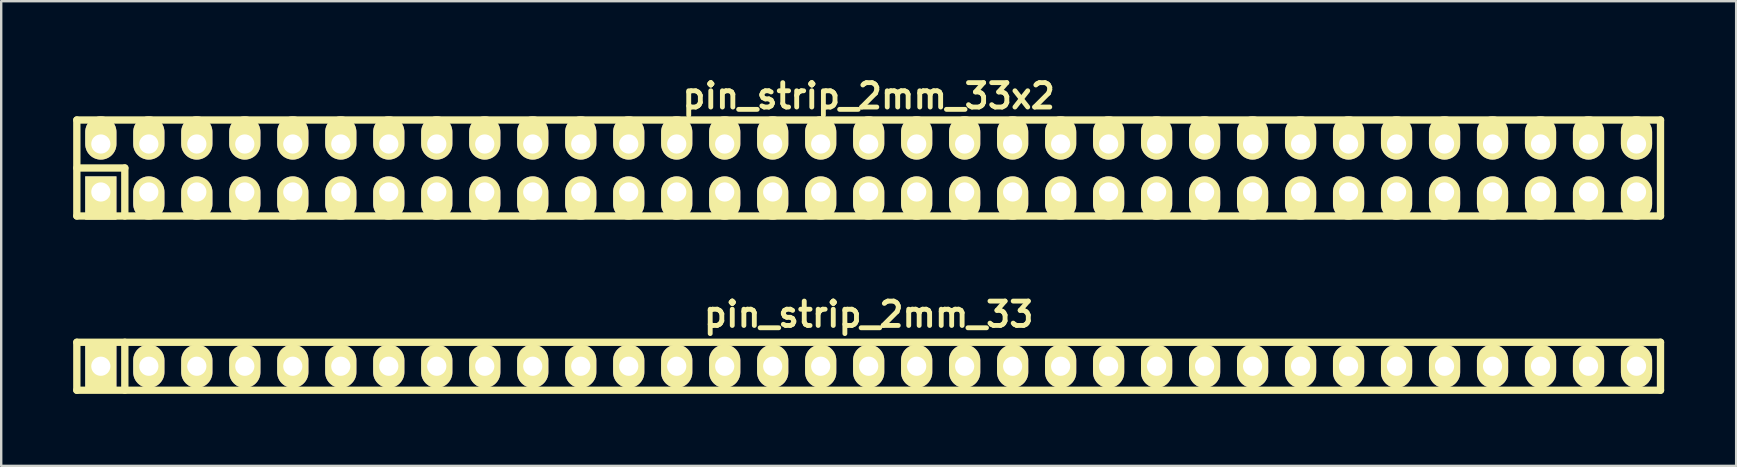
<source format=kicad_pcb>
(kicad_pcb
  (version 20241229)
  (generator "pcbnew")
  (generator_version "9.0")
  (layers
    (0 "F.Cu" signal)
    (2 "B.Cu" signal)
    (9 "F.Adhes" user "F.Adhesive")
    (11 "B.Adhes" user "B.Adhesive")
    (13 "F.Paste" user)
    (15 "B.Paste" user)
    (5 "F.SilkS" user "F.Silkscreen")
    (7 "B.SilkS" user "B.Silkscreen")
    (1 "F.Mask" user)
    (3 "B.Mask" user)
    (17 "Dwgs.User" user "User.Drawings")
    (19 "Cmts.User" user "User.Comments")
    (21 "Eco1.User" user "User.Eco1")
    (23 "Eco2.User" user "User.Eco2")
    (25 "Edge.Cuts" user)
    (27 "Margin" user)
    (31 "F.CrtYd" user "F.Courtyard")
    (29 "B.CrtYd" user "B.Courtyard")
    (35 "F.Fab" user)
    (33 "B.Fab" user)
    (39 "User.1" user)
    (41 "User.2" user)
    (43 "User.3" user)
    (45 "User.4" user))
  (footprint "pin_strip_2mm_33x2"
    (layer "F.Cu")
    (at 33.152 3.951)
    (property "Reference" "pin_strip_2mm_33x2" (at 0 -3 0) (layer "F.SilkS") (effects (font (size 1.016 1.016) (thickness 0.203))))
    (attr through_hole)
    (fp_line (start -33 -2) (end 33 -2) (stroke (width 0.305) (type solid)) (layer "F.SilkS"))
    (fp_line (start -33 0) (end -31 0) (stroke (width 0.305) (type solid)) (layer "F.SilkS"))
    (fp_line (start -33 2) (end -33 -2) (stroke (width 0.305) (type solid)) (layer "F.SilkS"))
    (fp_line (start -31 0) (end -31 2) (stroke (width 0.305) (type solid)) (layer "F.SilkS"))
    (fp_line (start 33 -2) (end 33 2) (stroke (width 0.305) (type solid)) (layer "F.SilkS"))
    (fp_line (start 33 2) (end -33 2) (stroke (width 0.305) (type solid)) (layer "F.SilkS"))
    (pad "1" thru_hole rect (at -32 1) (size 1.3 1.8) (drill 0.8 (offset 0 0.25)) (layers "*.Cu" "*.Mask" "F.SilkS"))
    (pad "2" thru_hole oval (at -32 -1) (size 1.3 1.8) (drill 0.8 (offset 0 -0.25)) (layers "*.Cu" "*.Mask" "F.SilkS"))
    (pad "3" thru_hole oval (at -30 1) (size 1.3 1.8) (drill 0.8 (offset 0 0.25)) (layers "*.Cu" "*.Mask" "F.SilkS"))
    (pad "4" thru_hole oval (at -30 -1) (size 1.3 1.8) (drill 0.8 (offset 0 -0.25)) (layers "*.Cu" "*.Mask" "F.SilkS"))
    (pad "5" thru_hole oval (at -28 1) (size 1.3 1.8) (drill 0.8 (offset 0 0.25)) (layers "*.Cu" "*.Mask" "F.SilkS"))
    (pad "6" thru_hole oval (at -28 -1) (size 1.3 1.8) (drill 0.8 (offset 0 -0.25)) (layers "*.Cu" "*.Mask" "F.SilkS"))
    (pad "7" thru_hole oval (at -26 1) (size 1.3 1.8) (drill 0.8 (offset 0 0.25)) (layers "*.Cu" "*.Mask" "F.SilkS"))
    (pad "8" thru_hole oval (at -26 -1) (size 1.3 1.8) (drill 0.8 (offset 0 -0.25)) (layers "*.Cu" "*.Mask" "F.SilkS"))
    (pad "9" thru_hole oval (at -24 1) (size 1.3 1.8) (drill 0.8 (offset 0 0.25)) (layers "*.Cu" "*.Mask" "F.SilkS"))
    (pad "10" thru_hole oval (at -24 -1) (size 1.3 1.8) (drill 0.8 (offset 0 -0.25)) (layers "*.Cu" "*.Mask" "F.SilkS"))
    (pad "11" thru_hole oval (at -22 1) (size 1.3 1.8) (drill 0.8 (offset 0 0.25)) (layers "*.Cu" "*.Mask" "F.SilkS"))
    (pad "12" thru_hole oval (at -22 -1) (size 1.3 1.8) (drill 0.8 (offset 0 -0.25)) (layers "*.Cu" "*.Mask" "F.SilkS"))
    (pad "13" thru_hole oval (at -20 1) (size 1.3 1.8) (drill 0.8 (offset 0 0.25)) (layers "*.Cu" "*.Mask" "F.SilkS"))
    (pad "14" thru_hole oval (at -20 -1) (size 1.3 1.8) (drill 0.8 (offset 0 -0.25)) (layers "*.Cu" "*.Mask" "F.SilkS"))
    (pad "15" thru_hole oval (at -18 1) (size 1.3 1.8) (drill 0.8 (offset 0 0.25)) (layers "*.Cu" "*.Mask" "F.SilkS"))
    (pad "16" thru_hole oval (at -18 -1) (size 1.3 1.8) (drill 0.8 (offset 0 -0.25)) (layers "*.Cu" "*.Mask" "F.SilkS"))
    (pad "17" thru_hole oval (at -16 1) (size 1.3 1.8) (drill 0.8 (offset 0 0.25)) (layers "*.Cu" "*.Mask" "F.SilkS"))
    (pad "18" thru_hole oval (at -16 -1) (size 1.3 1.8) (drill 0.8 (offset 0 -0.25)) (layers "*.Cu" "*.Mask" "F.SilkS"))
    (pad "19" thru_hole oval (at -14 1) (size 1.3 1.8) (drill 0.8 (offset 0 0.25)) (layers "*.Cu" "*.Mask" "F.SilkS"))
    (pad "20" thru_hole oval (at -14 -1) (size 1.3 1.8) (drill 0.8 (offset 0 -0.25)) (layers "*.Cu" "*.Mask" "F.SilkS"))
    (pad "21" thru_hole oval (at -12 1) (size 1.3 1.8) (drill 0.8 (offset 0 0.25)) (layers "*.Cu" "*.Mask" "F.SilkS"))
    (pad "22" thru_hole oval (at -12 -1) (size 1.3 1.8) (drill 0.8 (offset 0 -0.25)) (layers "*.Cu" "*.Mask" "F.SilkS"))
    (pad "23" thru_hole oval (at -10 1) (size 1.3 1.8) (drill 0.8 (offset 0 0.25)) (layers "*.Cu" "*.Mask" "F.SilkS"))
    (pad "24" thru_hole oval (at -10 -1) (size 1.3 1.8) (drill 0.8 (offset 0 -0.25)) (layers "*.Cu" "*.Mask" "F.SilkS"))
    (pad "25" thru_hole oval (at -8 1) (size 1.3 1.8) (drill 0.8 (offset 0 0.25)) (layers "*.Cu" "*.Mask" "F.SilkS"))
    (pad "26" thru_hole oval (at -8 -1) (size 1.3 1.8) (drill 0.8 (offset 0 -0.25)) (layers "*.Cu" "*.Mask" "F.SilkS"))
    (pad "27" thru_hole oval (at -6 1) (size 1.3 1.8) (drill 0.8 (offset 0 0.25)) (layers "*.Cu" "*.Mask" "F.SilkS"))
    (pad "28" thru_hole oval (at -6 -1) (size 1.3 1.8) (drill 0.8 (offset 0 -0.25)) (layers "*.Cu" "*.Mask" "F.SilkS"))
    (pad "29" thru_hole oval (at -4 1) (size 1.3 1.8) (drill 0.8 (offset 0 0.25)) (layers "*.Cu" "*.Mask" "F.SilkS"))
    (pad "30" thru_hole oval (at -4 -1) (size 1.3 1.8) (drill 0.8 (offset 0 -0.25)) (layers "*.Cu" "*.Mask" "F.SilkS"))
    (pad "31" thru_hole oval (at -2 1) (size 1.3 1.8) (drill 0.8 (offset 0 0.25)) (layers "*.Cu" "*.Mask" "F.SilkS"))
    (pad "32" thru_hole oval (at -2 -1) (size 1.3 1.8) (drill 0.8 (offset 0 -0.25)) (layers "*.Cu" "*.Mask" "F.SilkS"))
    (pad "33" thru_hole oval (at 0 1) (size 1.3 1.8) (drill 0.8 (offset 0 0.25)) (layers "*.Cu" "*.Mask" "F.SilkS"))
    (pad "34" thru_hole oval (at 0 -1) (size 1.3 1.8) (drill 0.8 (offset 0 -0.25)) (layers "*.Cu" "*.Mask" "F.SilkS"))
    (pad "35" thru_hole oval (at 2 1) (size 1.3 1.8) (drill 0.8 (offset 0 0.25)) (layers "*.Cu" "*.Mask" "F.SilkS"))
    (pad "36" thru_hole oval (at 2 -1) (size 1.3 1.8) (drill 0.8 (offset 0 -0.25)) (layers "*.Cu" "*.Mask" "F.SilkS"))
    (pad "37" thru_hole oval (at 4 1) (size 1.3 1.8) (drill 0.8 (offset 0 0.25)) (layers "*.Cu" "*.Mask" "F.SilkS"))
    (pad "38" thru_hole oval (at 4 -1) (size 1.3 1.8) (drill 0.8 (offset 0 -0.25)) (layers "*.Cu" "*.Mask" "F.SilkS"))
    (pad "39" thru_hole oval (at 6 1) (size 1.3 1.8) (drill 0.8 (offset 0 0.25)) (layers "*.Cu" "*.Mask" "F.SilkS"))
    (pad "40" thru_hole oval (at 6 -1) (size 1.3 1.8) (drill 0.8 (offset 0 -0.25)) (layers "*.Cu" "*.Mask" "F.SilkS"))
    (pad "41" thru_hole oval (at 8 1) (size 1.3 1.8) (drill 0.8 (offset 0 0.25)) (layers "*.Cu" "*.Mask" "F.SilkS"))
    (pad "42" thru_hole oval (at 8 -1) (size 1.3 1.8) (drill 0.8 (offset 0 -0.25)) (layers "*.Cu" "*.Mask" "F.SilkS"))
    (pad "43" thru_hole oval (at 10 1) (size 1.3 1.8) (drill 0.8 (offset 0 0.25)) (layers "*.Cu" "*.Mask" "F.SilkS"))
    (pad "44" thru_hole oval (at 10 -1) (size 1.3 1.8) (drill 0.8 (offset 0 -0.25)) (layers "*.Cu" "*.Mask" "F.SilkS"))
    (pad "45" thru_hole oval (at 12 1) (size 1.3 1.8) (drill 0.8 (offset 0 0.25)) (layers "*.Cu" "*.Mask" "F.SilkS"))
    (pad "46" thru_hole oval (at 12 -1) (size 1.3 1.8) (drill 0.8 (offset 0 -0.25)) (layers "*.Cu" "*.Mask" "F.SilkS"))
    (pad "47" thru_hole oval (at 14 1) (size 1.3 1.8) (drill 0.8 (offset 0 0.25)) (layers "*.Cu" "*.Mask" "F.SilkS"))
    (pad "48" thru_hole oval (at 14 -1) (size 1.3 1.8) (drill 0.8 (offset 0 -0.25)) (layers "*.Cu" "*.Mask" "F.SilkS"))
    (pad "49" thru_hole oval (at 16 1) (size 1.3 1.8) (drill 0.8 (offset 0 0.25)) (layers "*.Cu" "*.Mask" "F.SilkS"))
    (pad "50" thru_hole oval (at 16 -1) (size 1.3 1.8) (drill 0.8 (offset 0 -0.25)) (layers "*.Cu" "*.Mask" "F.SilkS"))
    (pad "51" thru_hole oval (at 18 1) (size 1.3 1.8) (drill 0.8 (offset 0 0.25)) (layers "*.Cu" "*.Mask" "F.SilkS"))
    (pad "52" thru_hole oval (at 18 -1) (size 1.3 1.8) (drill 0.8 (offset 0 -0.25)) (layers "*.Cu" "*.Mask" "F.SilkS"))
    (pad "53" thru_hole oval (at 20 1) (size 1.3 1.8) (drill 0.8 (offset 0 0.25)) (layers "*.Cu" "*.Mask" "F.SilkS"))
    (pad "54" thru_hole oval (at 20 -1) (size 1.3 1.8) (drill 0.8 (offset 0 -0.25)) (layers "*.Cu" "*.Mask" "F.SilkS"))
    (pad "55" thru_hole oval (at 22 1) (size 1.3 1.8) (drill 0.8 (offset 0 0.25)) (layers "*.Cu" "*.Mask" "F.SilkS"))
    (pad "56" thru_hole oval (at 22 -1) (size 1.3 1.8) (drill 0.8 (offset 0 -0.25)) (layers "*.Cu" "*.Mask" "F.SilkS"))
    (pad "57" thru_hole oval (at 24 1) (size 1.3 1.8) (drill 0.8 (offset 0 0.25)) (layers "*.Cu" "*.Mask" "F.SilkS"))
    (pad "58" thru_hole oval (at 24 -1) (size 1.3 1.8) (drill 0.8 (offset 0 -0.25)) (layers "*.Cu" "*.Mask" "F.SilkS"))
    (pad "59" thru_hole oval (at 26 1) (size 1.3 1.8) (drill 0.8 (offset 0 0.25)) (layers "*.Cu" "*.Mask" "F.SilkS"))
    (pad "60" thru_hole oval (at 26 -1) (size 1.3 1.8) (drill 0.8 (offset 0 -0.25)) (layers "*.Cu" "*.Mask" "F.SilkS"))
    (pad "61" thru_hole oval (at 28 1) (size 1.3 1.8) (drill 0.8 (offset 0 0.25)) (layers "*.Cu" "*.Mask" "F.SilkS"))
    (pad "62" thru_hole oval (at 28 -1) (size 1.3 1.8) (drill 0.8 (offset 0 -0.25)) (layers "*.Cu" "*.Mask" "F.SilkS"))
    (pad "63" thru_hole oval (at 30 1) (size 1.3 1.8) (drill 0.8 (offset 0 0.25)) (layers "*.Cu" "*.Mask" "F.SilkS"))
    (pad "64" thru_hole oval (at 30 -1) (size 1.3 1.8) (drill 0.8 (offset 0 -0.25)) (layers "*.Cu" "*.Mask" "F.SilkS"))
    (pad "65" thru_hole oval (at 32 1) (size 1.3 1.8) (drill 0.8 (offset 0 0.25)) (layers "*.Cu" "*.Mask" "F.SilkS"))
    (pad "66" thru_hole oval (at 32 -1) (size 1.3 1.8) (drill 0.8 (offset 0 -0.25)) (layers "*.Cu" "*.Mask" "F.SilkS")))
  (footprint "pin_strip_2mm_33"
    (layer "F.Cu")
    (at 33.152 12.213)
    (property "Reference" "pin_strip_2mm_33" (at 0 -2.159 0) (layer "F.SilkS") (effects (font (size 1.016 1.016) (thickness 0.203))))
    (attr through_hole)
    (fp_line (start -33 -1) (end 33 -1) (stroke (width 0.305) (type solid)) (layer "F.SilkS"))
    (fp_line (start -33 1) (end -33 -1) (stroke (width 0.305) (type solid)) (layer "F.SilkS"))
    (fp_line (start -31 -1) (end -31 1) (stroke (width 0.305) (type solid)) (layer "F.SilkS"))
    (fp_line (start 33 -1) (end 33 1) (stroke (width 0.305) (type solid)) (layer "F.SilkS"))
    (fp_line (start 33 1) (end -33 1) (stroke (width 0.305) (type solid)) (layer "F.SilkS"))
    (pad "1" thru_hole rect (at -32 0) (size 1.3 1.8) (drill 0.8) (layers "*.Cu" "*.Mask" "F.SilkS"))
    (pad "2" thru_hole oval (at -30 0) (size 1.3 1.8) (drill 0.8) (layers "*.Cu" "*.Mask" "F.SilkS"))
    (pad "3" thru_hole oval (at -28 0) (size 1.3 1.8) (drill 0.8) (layers "*.Cu" "*.Mask" "F.SilkS"))
    (pad "4" thru_hole oval (at -26 0) (size 1.3 1.8) (drill 0.8) (layers "*.Cu" "*.Mask" "F.SilkS"))
    (pad "5" thru_hole oval (at -24 0) (size 1.3 1.8) (drill 0.8) (layers "*.Cu" "*.Mask" "F.SilkS"))
    (pad "6" thru_hole oval (at -22 0) (size 1.3 1.8) (drill 0.8) (layers "*.Cu" "*.Mask" "F.SilkS"))
    (pad "7" thru_hole oval (at -20 0) (size 1.3 1.8) (drill 0.8) (layers "*.Cu" "*.Mask" "F.SilkS"))
    (pad "8" thru_hole oval (at -18 0) (size 1.3 1.8) (drill 0.8) (layers "*.Cu" "*.Mask" "F.SilkS"))
    (pad "9" thru_hole oval (at -16 0) (size 1.3 1.8) (drill 0.8) (layers "*.Cu" "*.Mask" "F.SilkS"))
    (pad "10" thru_hole oval (at -14 0) (size 1.3 1.8) (drill 0.8) (layers "*.Cu" "*.Mask" "F.SilkS"))
    (pad "11" thru_hole oval (at -12 0) (size 1.3 1.8) (drill 0.8) (layers "*.Cu" "*.Mask" "F.SilkS"))
    (pad "12" thru_hole oval (at -10 0) (size 1.3 1.8) (drill 0.8) (layers "*.Cu" "*.Mask" "F.SilkS"))
    (pad "13" thru_hole oval (at -8 0) (size 1.3 1.8) (drill 0.8) (layers "*.Cu" "*.Mask" "F.SilkS"))
    (pad "14" thru_hole oval (at -6 0) (size 1.3 1.8) (drill 0.8) (layers "*.Cu" "*.Mask" "F.SilkS"))
    (pad "15" thru_hole oval (at -4 0) (size 1.3 1.8) (drill 0.8) (layers "*.Cu" "*.Mask" "F.SilkS"))
    (pad "16" thru_hole oval (at -2 0) (size 1.3 1.8) (drill 0.8) (layers "*.Cu" "*.Mask" "F.SilkS"))
    (pad "17" thru_hole oval (at 0 0) (size 1.3 1.8) (drill 0.8) (layers "*.Cu" "*.Mask" "F.SilkS"))
    (pad "18" thru_hole oval (at 2 0) (size 1.3 1.8) (drill 0.8) (layers "*.Cu" "*.Mask" "F.SilkS"))
    (pad "19" thru_hole oval (at 4 0) (size 1.3 1.8) (drill 0.8) (layers "*.Cu" "*.Mask" "F.SilkS"))
    (pad "20" thru_hole oval (at 6 0) (size 1.3 1.8) (drill 0.8) (layers "*.Cu" "*.Mask" "F.SilkS"))
    (pad "21" thru_hole oval (at 8 0) (size 1.3 1.8) (drill 0.8) (layers "*.Cu" "*.Mask" "F.SilkS"))
    (pad "22" thru_hole oval (at 10 0) (size 1.3 1.8) (drill 0.8) (layers "*.Cu" "*.Mask" "F.SilkS"))
    (pad "23" thru_hole oval (at 12 0) (size 1.3 1.8) (drill 0.8) (layers "*.Cu" "*.Mask" "F.SilkS"))
    (pad "24" thru_hole oval (at 14 0) (size 1.3 1.8) (drill 0.8) (layers "*.Cu" "*.Mask" "F.SilkS"))
    (pad "25" thru_hole oval (at 16 0) (size 1.3 1.8) (drill 0.8) (layers "*.Cu" "*.Mask" "F.SilkS"))
    (pad "26" thru_hole oval (at 18 0) (size 1.3 1.8) (drill 0.8) (layers "*.Cu" "*.Mask" "F.SilkS"))
    (pad "27" thru_hole oval (at 20 0) (size 1.3 1.8) (drill 0.8) (layers "*.Cu" "*.Mask" "F.SilkS"))
    (pad "28" thru_hole oval (at 22 0) (size 1.3 1.8) (drill 0.8) (layers "*.Cu" "*.Mask" "F.SilkS"))
    (pad "29" thru_hole oval (at 24 0) (size 1.3 1.8) (drill 0.8) (layers "*.Cu" "*.Mask" "F.SilkS"))
    (pad "30" thru_hole oval (at 26 0) (size 1.3 1.8) (drill 0.8) (layers "*.Cu" "*.Mask" "F.SilkS"))
    (pad "31" thru_hole oval (at 28 0) (size 1.3 1.8) (drill 0.8) (layers "*.Cu" "*.Mask" "F.SilkS"))
    (pad "32" thru_hole oval (at 30 0) (size 1.3 1.8) (drill 0.8) (layers "*.Cu" "*.Mask" "F.SilkS"))
    (pad "33" thru_hole oval (at 32 0) (size 1.3 1.8) (drill 0.8) (layers "*.Cu" "*.Mask" "F.SilkS")))
  (gr_rect
    (start -3 -3)
    (end 69.305 16.366)
    (stroke (width 0.1) (type default))
    (fill no)
    (layer "Edge.Cuts")))
</source>
